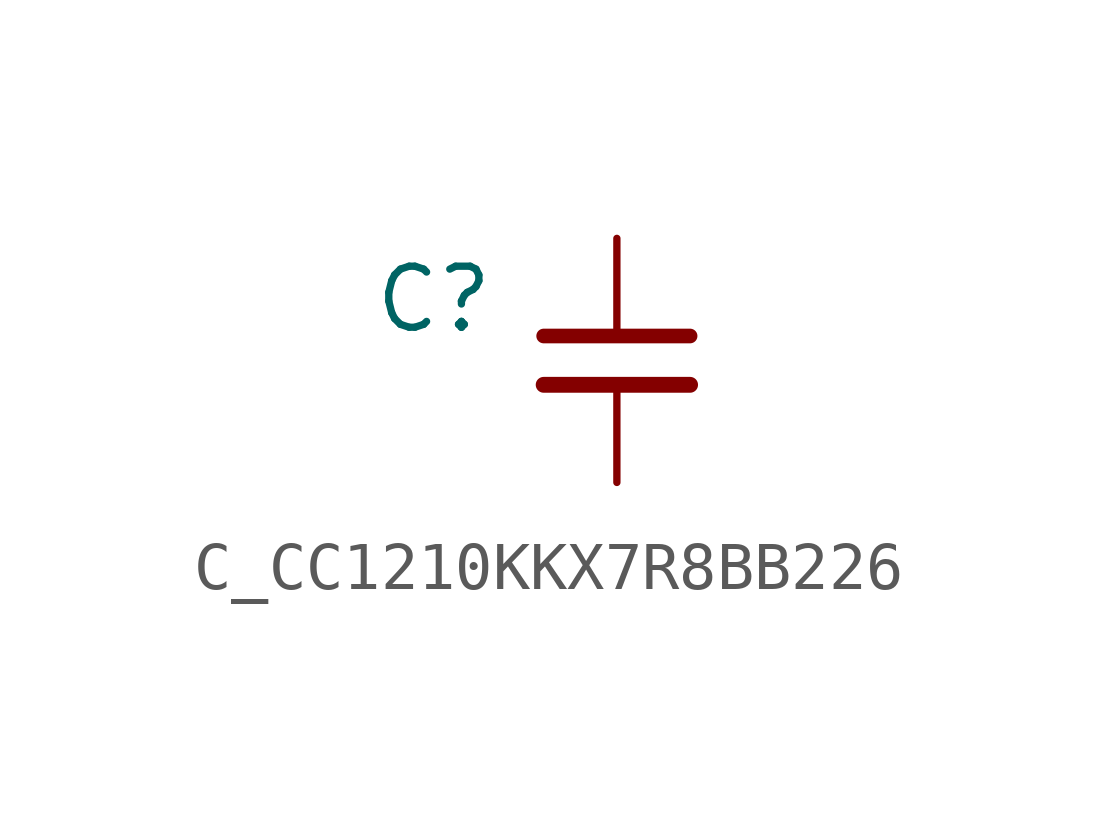
<source format=kicad_sym>
(kicad_symbol_lib
  (version 20220914)
  (generator kicad_symbol_editor)
  (symbol "C_CC1210KKX7R8BB226"
    (pin_numbers hide)
    (pin_names
      (offset 0.254) hide)
    (property "Reference" "C"
      (at -3.81 1.27 0)
      (effects (font (size 1.27 1.27))))
    (symbol "C_CC1210KKX7R8BB226_0_1"
      (polyline (pts (xy -1.524 -0.508) (xy 1.524 -0.508)) (stroke (width 0.33) (type default)) (fill (type none)))
      (polyline (pts (xy -1.524 0.508) (xy 1.524 0.508)) (stroke (width 0.305) (type default)) (fill (type none))))
    (symbol "C_CC1210KKX7R8BB226_1_1"
      (pin passive line (at 0 2.54 270) (length 2.032) (name "~" (effects (font (size 1.27 1.27)))) (number "1" (effects (font (size 1.27 1.27)))))
      (pin passive line (at 0 -2.54 90) (length 2.032) (name "~" (effects (font (size 1.27 1.27)))) (number "2" (effects (font (size 1.27 1.27))))))))
</source>
